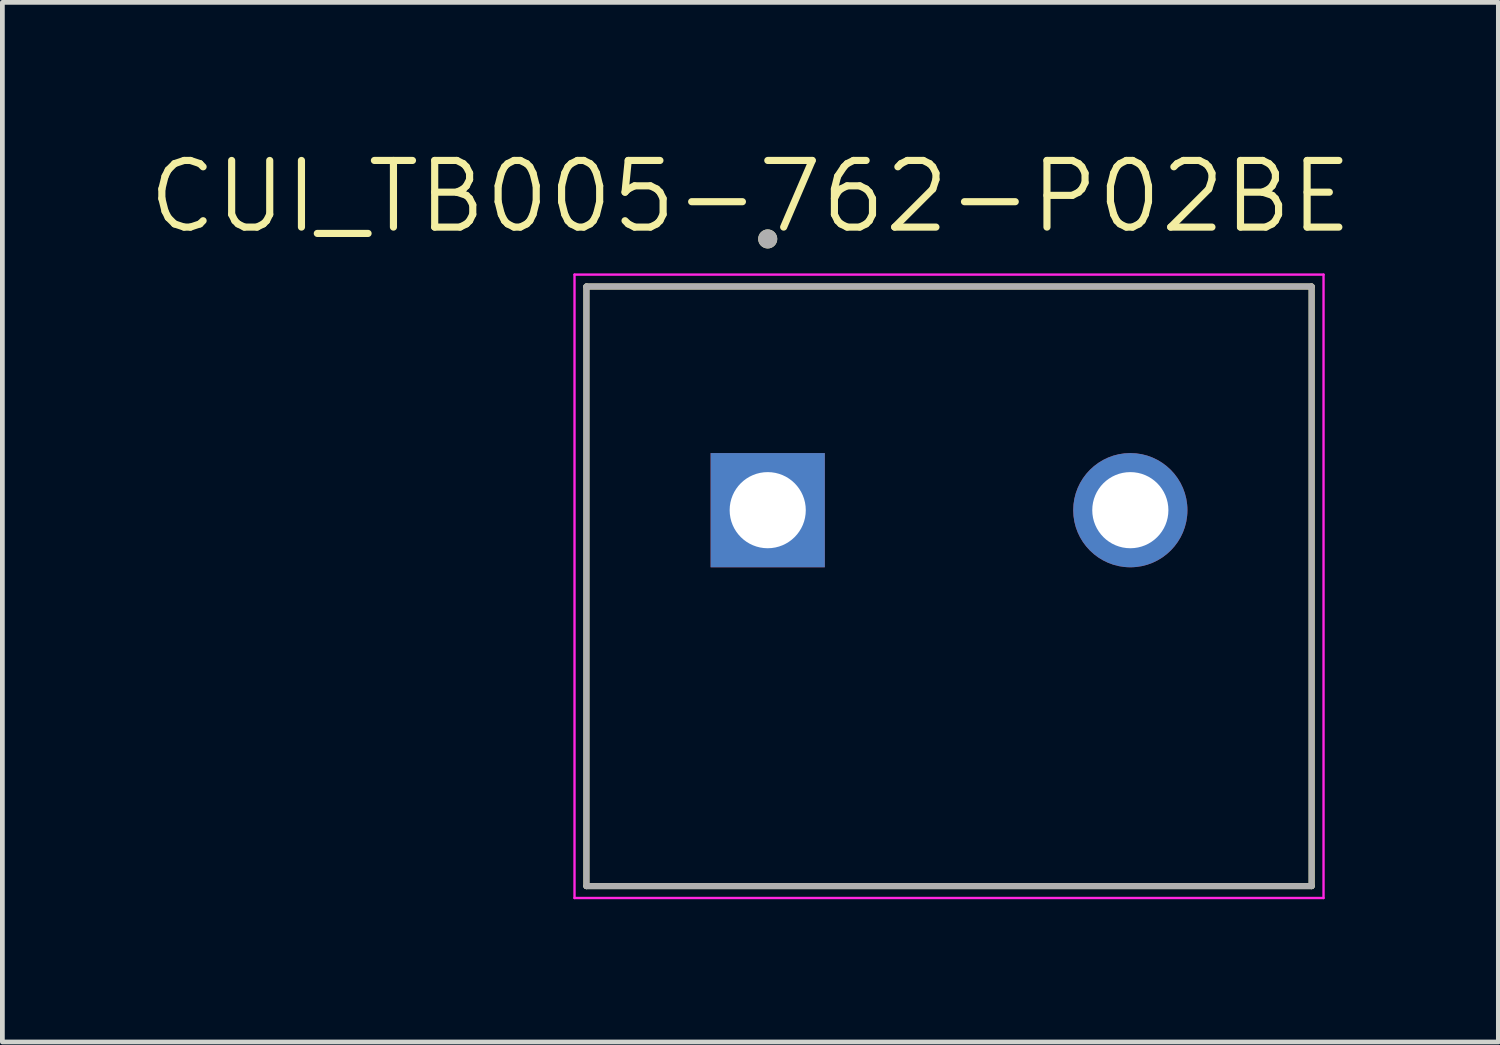
<source format=kicad_pcb>
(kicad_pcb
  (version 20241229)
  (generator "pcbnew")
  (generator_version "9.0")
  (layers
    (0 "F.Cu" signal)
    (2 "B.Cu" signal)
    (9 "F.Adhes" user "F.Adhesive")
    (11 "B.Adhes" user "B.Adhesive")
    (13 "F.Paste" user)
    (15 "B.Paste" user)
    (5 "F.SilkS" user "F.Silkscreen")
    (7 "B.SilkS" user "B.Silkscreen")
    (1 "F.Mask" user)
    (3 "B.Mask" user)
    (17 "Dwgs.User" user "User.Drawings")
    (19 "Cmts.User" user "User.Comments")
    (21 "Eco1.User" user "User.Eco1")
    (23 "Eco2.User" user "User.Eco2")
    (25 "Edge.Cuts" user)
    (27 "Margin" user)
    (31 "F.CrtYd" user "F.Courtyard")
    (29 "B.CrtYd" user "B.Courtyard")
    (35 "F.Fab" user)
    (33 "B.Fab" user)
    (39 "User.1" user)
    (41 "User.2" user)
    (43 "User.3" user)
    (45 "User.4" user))
  (footprint "CUI_TB005-762-P02BE"
    (layer "F.Cu")
    (at 13.083 7.671)
    (property "Reference" "CUI_TB005-762-P02BE" (at -0.365 -6.589 0) (layer "F.SilkS") (effects (font (size 1.4 1.4) (thickness 0.15))))
    (attr through_hole)
    (fp_line (start -3.81 -4.7) (end 11.43 -4.7) (stroke (width 0.127) (type solid)) (layer "F.SilkS"))
    (fp_line (start -3.81 7.9) (end -3.81 -4.7) (stroke (width 0.127) (type solid)) (layer "F.SilkS"))
    (fp_line (start 11.43 -4.7) (end 11.43 7.9) (stroke (width 0.127) (type solid)) (layer "F.SilkS"))
    (fp_line (start 11.43 7.9) (end -3.81 7.9) (stroke (width 0.127) (type solid)) (layer "F.SilkS"))
    (fp_circle (center 0 -5.7) (end 0.1 -5.7) (stroke (width 0.2) (type solid)) (fill no) (layer "F.SilkS"))
    (fp_line (start -4.06 -4.95) (end 11.68 -4.95) (stroke (width 0.05) (type solid)) (layer "F.CrtYd"))
    (fp_line (start -4.06 8.15) (end -4.06 -4.95) (stroke (width 0.05) (type solid)) (layer "F.CrtYd"))
    (fp_line (start 11.68 -4.95) (end 11.68 8.15) (stroke (width 0.05) (type solid)) (layer "F.CrtYd"))
    (fp_line (start 11.68 8.15) (end -4.06 8.15) (stroke (width 0.05) (type solid)) (layer "F.CrtYd"))
    (fp_line (start -3.81 -4.7) (end 11.43 -4.7) (stroke (width 0.127) (type solid)) (layer "F.Fab"))
    (fp_line (start -3.81 7.9) (end -3.81 -4.7) (stroke (width 0.127) (type solid)) (layer "F.Fab"))
    (fp_line (start 11.43 -4.7) (end 11.43 7.9) (stroke (width 0.127) (type solid)) (layer "F.Fab"))
    (fp_line (start 11.43 7.9) (end -3.81 7.9) (stroke (width 0.127) (type solid)) (layer "F.Fab"))
    (fp_circle (center 0 -5.7) (end 0.1 -5.7) (stroke (width 0.2) (type solid)) (fill no) (layer "F.Fab"))
    (pad "1" thru_hole rect (at 0 0) (size 2.4 2.4) (drill 1.6) (layers "*.Cu" "*.Mask"))
    (pad "2" thru_hole circle (at 7.62 0) (size 2.4 2.4) (drill 1.6) (layers "*.Cu" "*.Mask")))
  (gr_rect
    (start -3 -3)
    (end 28.437 18.846)
    (stroke (width 0.1) (type default))
    (fill no)
    (layer "Edge.Cuts")))
</source>
